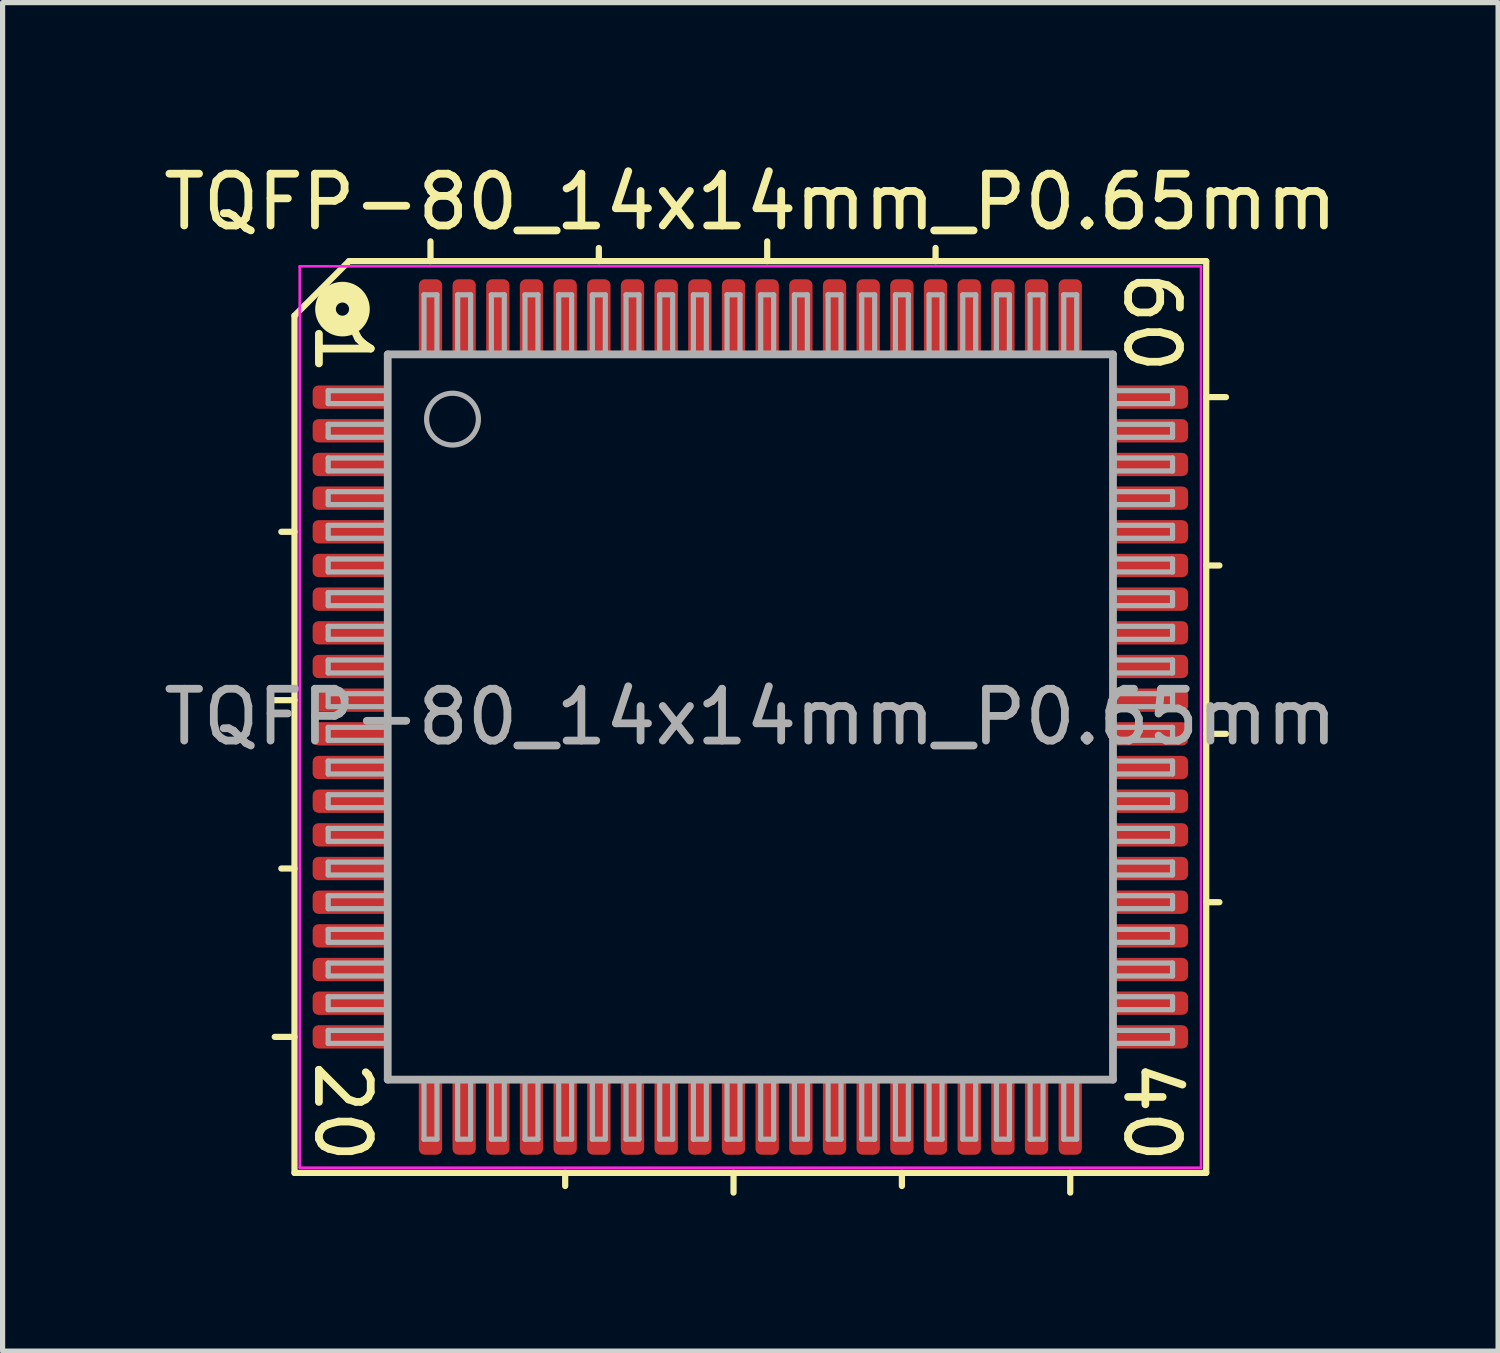
<source format=kicad_pcb>
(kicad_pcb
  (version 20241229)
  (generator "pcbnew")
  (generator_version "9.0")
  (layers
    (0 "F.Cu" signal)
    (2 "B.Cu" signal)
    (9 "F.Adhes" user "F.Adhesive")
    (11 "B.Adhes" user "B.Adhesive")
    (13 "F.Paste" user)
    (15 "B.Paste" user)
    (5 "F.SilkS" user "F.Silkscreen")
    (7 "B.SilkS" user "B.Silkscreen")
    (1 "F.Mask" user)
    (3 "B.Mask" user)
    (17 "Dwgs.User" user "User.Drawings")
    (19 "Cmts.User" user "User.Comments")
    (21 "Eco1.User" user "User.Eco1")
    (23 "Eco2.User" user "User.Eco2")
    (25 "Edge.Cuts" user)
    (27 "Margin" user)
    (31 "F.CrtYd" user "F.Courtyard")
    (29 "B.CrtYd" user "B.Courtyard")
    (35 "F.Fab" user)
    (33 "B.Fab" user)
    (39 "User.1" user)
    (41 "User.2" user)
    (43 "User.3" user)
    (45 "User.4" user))
  (footprint "TQFP-80_14x14mm_P0.65mm"
    (layer "F.Cu")
    (at 11.435 10.791)
    (property "Reference" "TQFP-80_14x14mm_P0.65mm" (at 0 -9.943 0) (layer "F.SilkS") (effects (font (size 1 1) (thickness 0.15))))
    (attr smd)
    (fp_line (start -8.8 -7.747) (end -8.8 8.8) (stroke (width 0.12) (type solid)) (layer "F.SilkS"))
    (fp_line (start -8.8 -3.575) (end -9.054 -3.575) (stroke (width 0.12) (type solid)) (layer "F.SilkS"))
    (fp_line (start -8.8 -0.325) (end -9.181 -0.325) (stroke (width 0.12) (type solid)) (layer "F.SilkS"))
    (fp_line (start -8.8 2.925) (end -9.054 2.925) (stroke (width 0.12) (type solid)) (layer "F.SilkS"))
    (fp_line (start -8.8 6.175) (end -9.181 6.175) (stroke (width 0.12) (type solid)) (layer "F.SilkS"))
    (fp_line (start -8.8 8.8) (end 8.8 8.8) (stroke (width 0.12) (type solid)) (layer "F.SilkS"))
    (fp_line (start -7.747 -8.8) (end -8.8 -7.747) (stroke (width 0.12) (type solid)) (layer "F.SilkS"))
    (fp_line (start -6.175 -8.8) (end -6.175 -9.181) (stroke (width 0.12) (type solid)) (layer "F.SilkS"))
    (fp_line (start -3.575 8.8) (end -3.575 9.054) (stroke (width 0.12) (type solid)) (layer "F.SilkS"))
    (fp_line (start -2.925 -8.8) (end -2.925 -9.054) (stroke (width 0.12) (type solid)) (layer "F.SilkS"))
    (fp_line (start -0.325 8.8) (end -0.325 9.181) (stroke (width 0.12) (type solid)) (layer "F.SilkS"))
    (fp_line (start 0.325 -8.8) (end 0.325 -9.181) (stroke (width 0.12) (type solid)) (layer "F.SilkS"))
    (fp_line (start 2.925 8.8) (end 2.925 9.054) (stroke (width 0.12) (type solid)) (layer "F.SilkS"))
    (fp_line (start 3.575 -8.8) (end 3.575 -9.054) (stroke (width 0.12) (type solid)) (layer "F.SilkS"))
    (fp_line (start 6.175 8.8) (end 6.175 9.181) (stroke (width 0.12) (type solid)) (layer "F.SilkS"))
    (fp_line (start 8.8 -8.8) (end -7.747 -8.8) (stroke (width 0.12) (type solid)) (layer "F.SilkS"))
    (fp_line (start 8.8 -6.175) (end 9.181 -6.175) (stroke (width 0.12) (type solid)) (layer "F.SilkS"))
    (fp_line (start 8.8 -2.925) (end 9.054 -2.925) (stroke (width 0.12) (type solid)) (layer "F.SilkS"))
    (fp_line (start 8.8 0.325) (end 9.181 0.325) (stroke (width 0.12) (type solid)) (layer "F.SilkS"))
    (fp_line (start 8.8 3.575) (end 9.054 3.575) (stroke (width 0.12) (type solid)) (layer "F.SilkS"))
    (fp_line (start 8.8 8.8) (end 8.8 -8.8) (stroke (width 0.12) (type solid)) (layer "F.SilkS"))
    (fp_circle (center -7.874 -7.874) (end -7.747 -7.874) (stroke (width 0.4) (type solid)) (fill no) (layer "F.SilkS"))
    (fp_line (start -8.7 -8.7) (end -8.7 8.7) (stroke (width 0.05) (type solid)) (layer "F.CrtYd"))
    (fp_line (start -8.7 -8.7) (end 8.7 -8.7) (stroke (width 0.05) (type solid)) (layer "F.CrtYd"))
    (fp_line (start -8.7 8.7) (end 8.7 8.7) (stroke (width 0.05) (type solid)) (layer "F.CrtYd"))
    (fp_line (start 8.7 -8.7) (end 8.7 8.7) (stroke (width 0.05) (type solid)) (layer "F.CrtYd"))
    (fp_line (start -8.15 -6.3) (end -8.15 -6.05) (stroke (width 0.1) (type solid)) (layer "F.Fab"))
    (fp_line (start -8.15 -6.3) (end -7 -6.3) (stroke (width 0.1) (type solid)) (layer "F.Fab"))
    (fp_line (start -8.15 -6.05) (end -7 -6.05) (stroke (width 0.1) (type solid)) (layer "F.Fab"))
    (fp_line (start -8.15 -5.65) (end -8.15 -5.4) (stroke (width 0.1) (type solid)) (layer "F.Fab"))
    (fp_line (start -8.15 -5.65) (end -7 -5.65) (stroke (width 0.1) (type solid)) (layer "F.Fab"))
    (fp_line (start -8.15 -5.4) (end -7 -5.4) (stroke (width 0.1) (type solid)) (layer "F.Fab"))
    (fp_line (start -8.15 -5) (end -8.15 -4.75) (stroke (width 0.1) (type solid)) (layer "F.Fab"))
    (fp_line (start -8.15 -5) (end -7 -5) (stroke (width 0.1) (type solid)) (layer "F.Fab"))
    (fp_line (start -8.15 -4.75) (end -7 -4.75) (stroke (width 0.1) (type solid)) (layer "F.Fab"))
    (fp_line (start -8.15 -4.35) (end -8.15 -4.1) (stroke (width 0.1) (type solid)) (layer "F.Fab"))
    (fp_line (start -8.15 -4.35) (end -7 -4.35) (stroke (width 0.1) (type solid)) (layer "F.Fab"))
    (fp_line (start -8.15 -4.1) (end -7 -4.1) (stroke (width 0.1) (type solid)) (layer "F.Fab"))
    (fp_line (start -8.15 -3.7) (end -8.15 -3.45) (stroke (width 0.1) (type solid)) (layer "F.Fab"))
    (fp_line (start -8.15 -3.7) (end -7 -3.7) (stroke (width 0.1) (type solid)) (layer "F.Fab"))
    (fp_line (start -8.15 -3.45) (end -7 -3.45) (stroke (width 0.1) (type solid)) (layer "F.Fab"))
    (fp_line (start -8.15 -3.05) (end -8.15 -2.8) (stroke (width 0.1) (type solid)) (layer "F.Fab"))
    (fp_line (start -8.15 -3.05) (end -7 -3.05) (stroke (width 0.1) (type solid)) (layer "F.Fab"))
    (fp_line (start -8.15 -2.8) (end -7 -2.8) (stroke (width 0.1) (type solid)) (layer "F.Fab"))
    (fp_line (start -8.15 -2.4) (end -8.15 -2.15) (stroke (width 0.1) (type solid)) (layer "F.Fab"))
    (fp_line (start -8.15 -2.4) (end -7 -2.4) (stroke (width 0.1) (type solid)) (layer "F.Fab"))
    (fp_line (start -8.15 -2.15) (end -7 -2.15) (stroke (width 0.1) (type solid)) (layer "F.Fab"))
    (fp_line (start -8.15 -1.75) (end -8.15 -1.5) (stroke (width 0.1) (type solid)) (layer "F.Fab"))
    (fp_line (start -8.15 -1.75) (end -7 -1.75) (stroke (width 0.1) (type solid)) (layer "F.Fab"))
    (fp_line (start -8.15 -1.5) (end -7 -1.5) (stroke (width 0.1) (type solid)) (layer "F.Fab"))
    (fp_line (start -8.15 -1.1) (end -8.15 -0.85) (stroke (width 0.1) (type solid)) (layer "F.Fab"))
    (fp_line (start -8.15 -1.1) (end -7 -1.1) (stroke (width 0.1) (type solid)) (layer "F.Fab"))
    (fp_line (start -8.15 -0.85) (end -7 -0.85) (stroke (width 0.1) (type solid)) (layer "F.Fab"))
    (fp_line (start -8.15 -0.45) (end -8.15 -0.2) (stroke (width 0.1) (type solid)) (layer "F.Fab"))
    (fp_line (start -8.15 -0.45) (end -7 -0.45) (stroke (width 0.1) (type solid)) (layer "F.Fab"))
    (fp_line (start -8.15 -0.2) (end -7 -0.2) (stroke (width 0.1) (type solid)) (layer "F.Fab"))
    (fp_line (start -8.15 0.2) (end -8.15 0.45) (stroke (width 0.1) (type solid)) (layer "F.Fab"))
    (fp_line (start -8.15 0.2) (end -7 0.2) (stroke (width 0.1) (type solid)) (layer "F.Fab"))
    (fp_line (start -8.15 0.45) (end -7 0.45) (stroke (width 0.1) (type solid)) (layer "F.Fab"))
    (fp_line (start -8.15 0.85) (end -8.15 1.1) (stroke (width 0.1) (type solid)) (layer "F.Fab"))
    (fp_line (start -8.15 0.85) (end -7 0.85) (stroke (width 0.1) (type solid)) (layer "F.Fab"))
    (fp_line (start -8.15 1.1) (end -7 1.1) (stroke (width 0.1) (type solid)) (layer "F.Fab"))
    (fp_line (start -8.15 1.5) (end -8.15 1.75) (stroke (width 0.1) (type solid)) (layer "F.Fab"))
    (fp_line (start -8.15 1.5) (end -7 1.5) (stroke (width 0.1) (type solid)) (layer "F.Fab"))
    (fp_line (start -8.15 1.75) (end -7 1.75) (stroke (width 0.1) (type solid)) (layer "F.Fab"))
    (fp_line (start -8.15 2.15) (end -8.15 2.4) (stroke (width 0.1) (type solid)) (layer "F.Fab"))
    (fp_line (start -8.15 2.15) (end -7 2.15) (stroke (width 0.1) (type solid)) (layer "F.Fab"))
    (fp_line (start -8.15 2.4) (end -7 2.4) (stroke (width 0.1) (type solid)) (layer "F.Fab"))
    (fp_line (start -8.15 2.8) (end -8.15 3.05) (stroke (width 0.1) (type solid)) (layer "F.Fab"))
    (fp_line (start -8.15 2.8) (end -7 2.8) (stroke (width 0.1) (type solid)) (layer "F.Fab"))
    (fp_line (start -8.15 3.05) (end -7 3.05) (stroke (width 0.1) (type solid)) (layer "F.Fab"))
    (fp_line (start -8.15 3.45) (end -8.15 3.7) (stroke (width 0.1) (type solid)) (layer "F.Fab"))
    (fp_line (start -8.15 3.45) (end -7 3.45) (stroke (width 0.1) (type solid)) (layer "F.Fab"))
    (fp_line (start -8.15 3.7) (end -7 3.7) (stroke (width 0.1) (type solid)) (layer "F.Fab"))
    (fp_line (start -8.15 4.1) (end -8.15 4.35) (stroke (width 0.1) (type solid)) (layer "F.Fab"))
    (fp_line (start -8.15 4.1) (end -7 4.1) (stroke (width 0.1) (type solid)) (layer "F.Fab"))
    (fp_line (start -8.15 4.35) (end -7 4.35) (stroke (width 0.1) (type solid)) (layer "F.Fab"))
    (fp_line (start -8.15 4.75) (end -8.15 5) (stroke (width 0.1) (type solid)) (layer "F.Fab"))
    (fp_line (start -8.15 4.75) (end -7 4.75) (stroke (width 0.1) (type solid)) (layer "F.Fab"))
    (fp_line (start -8.15 5) (end -7 5) (stroke (width 0.1) (type solid)) (layer "F.Fab"))
    (fp_line (start -8.15 5.4) (end -8.15 5.65) (stroke (width 0.1) (type solid)) (layer "F.Fab"))
    (fp_line (start -8.15 5.4) (end -7 5.4) (stroke (width 0.1) (type solid)) (layer "F.Fab"))
    (fp_line (start -8.15 5.65) (end -7 5.65) (stroke (width 0.1) (type solid)) (layer "F.Fab"))
    (fp_line (start -8.15 6.05) (end -8.15 6.3) (stroke (width 0.1) (type solid)) (layer "F.Fab"))
    (fp_line (start -8.15 6.05) (end -7 6.05) (stroke (width 0.1) (type solid)) (layer "F.Fab"))
    (fp_line (start -8.15 6.3) (end -7 6.3) (stroke (width 0.1) (type solid)) (layer "F.Fab"))
    (fp_line (start -7 -7) (end 7 -7) (stroke (width 0.15) (type solid)) (layer "F.Fab"))
    (fp_line (start -7 7) (end -7 -7) (stroke (width 0.15) (type solid)) (layer "F.Fab"))
    (fp_line (start -6.3 -8.15) (end -6.3 -7) (stroke (width 0.1) (type solid)) (layer "F.Fab"))
    (fp_line (start -6.3 8.15) (end -6.3 7) (stroke (width 0.1) (type solid)) (layer "F.Fab"))
    (fp_line (start -6.3 8.15) (end -6.05 8.15) (stroke (width 0.1) (type solid)) (layer "F.Fab"))
    (fp_line (start -6.05 -8.15) (end -6.3 -8.15) (stroke (width 0.1) (type solid)) (layer "F.Fab"))
    (fp_line (start -6.05 -8.15) (end -6.05 -7) (stroke (width 0.1) (type solid)) (layer "F.Fab"))
    (fp_line (start -6.05 8.15) (end -6.05 7) (stroke (width 0.1) (type solid)) (layer "F.Fab"))
    (fp_line (start -5.65 -8.15) (end -5.65 -7) (stroke (width 0.1) (type solid)) (layer "F.Fab"))
    (fp_line (start -5.65 8.15) (end -5.65 7) (stroke (width 0.1) (type solid)) (layer "F.Fab"))
    (fp_line (start -5.65 8.15) (end -5.4 8.15) (stroke (width 0.1) (type solid)) (layer "F.Fab"))
    (fp_line (start -5.4 -8.15) (end -5.65 -8.15) (stroke (width 0.1) (type solid)) (layer "F.Fab"))
    (fp_line (start -5.4 -8.15) (end -5.4 -7) (stroke (width 0.1) (type solid)) (layer "F.Fab"))
    (fp_line (start -5.4 8.15) (end -5.4 7) (stroke (width 0.1) (type solid)) (layer "F.Fab"))
    (fp_line (start -5 -8.15) (end -5 -7) (stroke (width 0.1) (type solid)) (layer "F.Fab"))
    (fp_line (start -5 8.15) (end -5 7) (stroke (width 0.1) (type solid)) (layer "F.Fab"))
    (fp_line (start -5 8.15) (end -4.75 8.15) (stroke (width 0.1) (type solid)) (layer "F.Fab"))
    (fp_line (start -4.75 -8.15) (end -5 -8.15) (stroke (width 0.1) (type solid)) (layer "F.Fab"))
    (fp_line (start -4.75 -8.15) (end -4.75 -7) (stroke (width 0.1) (type solid)) (layer "F.Fab"))
    (fp_line (start -4.75 8.15) (end -4.75 7) (stroke (width 0.1) (type solid)) (layer "F.Fab"))
    (fp_line (start -4.35 -8.15) (end -4.35 -7) (stroke (width 0.1) (type solid)) (layer "F.Fab"))
    (fp_line (start -4.35 8.15) (end -4.35 7) (stroke (width 0.1) (type solid)) (layer "F.Fab"))
    (fp_line (start -4.35 8.15) (end -4.1 8.15) (stroke (width 0.1) (type solid)) (layer "F.Fab"))
    (fp_line (start -4.1 -8.15) (end -4.35 -8.15) (stroke (width 0.1) (type solid)) (layer "F.Fab"))
    (fp_line (start -4.1 -8.15) (end -4.1 -7) (stroke (width 0.1) (type solid)) (layer "F.Fab"))
    (fp_line (start -4.1 8.15) (end -4.1 7) (stroke (width 0.1) (type solid)) (layer "F.Fab"))
    (fp_line (start -3.7 -8.15) (end -3.7 -7) (stroke (width 0.1) (type solid)) (layer "F.Fab"))
    (fp_line (start -3.7 8.15) (end -3.7 7) (stroke (width 0.1) (type solid)) (layer "F.Fab"))
    (fp_line (start -3.7 8.15) (end -3.45 8.15) (stroke (width 0.1) (type solid)) (layer "F.Fab"))
    (fp_line (start -3.45 -8.15) (end -3.7 -8.15) (stroke (width 0.1) (type solid)) (layer "F.Fab"))
    (fp_line (start -3.45 -8.15) (end -3.45 -7) (stroke (width 0.1) (type solid)) (layer "F.Fab"))
    (fp_line (start -3.45 8.15) (end -3.45 7) (stroke (width 0.1) (type solid)) (layer "F.Fab"))
    (fp_line (start -3.05 -8.15) (end -3.05 -7) (stroke (width 0.1) (type solid)) (layer "F.Fab"))
    (fp_line (start -3.05 8.15) (end -3.05 7) (stroke (width 0.1) (type solid)) (layer "F.Fab"))
    (fp_line (start -3.05 8.15) (end -2.8 8.15) (stroke (width 0.1) (type solid)) (layer "F.Fab"))
    (fp_line (start -2.8 -8.15) (end -3.05 -8.15) (stroke (width 0.1) (type solid)) (layer "F.Fab"))
    (fp_line (start -2.8 -8.15) (end -2.8 -7) (stroke (width 0.1) (type solid)) (layer "F.Fab"))
    (fp_line (start -2.8 8.15) (end -2.8 7) (stroke (width 0.1) (type solid)) (layer "F.Fab"))
    (fp_line (start -2.4 -8.15) (end -2.4 -7) (stroke (width 0.1) (type solid)) (layer "F.Fab"))
    (fp_line (start -2.4 8.15) (end -2.4 7) (stroke (width 0.1) (type solid)) (layer "F.Fab"))
    (fp_line (start -2.4 8.15) (end -2.15 8.15) (stroke (width 0.1) (type solid)) (layer "F.Fab"))
    (fp_line (start -2.15 -8.15) (end -2.4 -8.15) (stroke (width 0.1) (type solid)) (layer "F.Fab"))
    (fp_line (start -2.15 -8.15) (end -2.15 -7) (stroke (width 0.1) (type solid)) (layer "F.Fab"))
    (fp_line (start -2.15 8.15) (end -2.15 7) (stroke (width 0.1) (type solid)) (layer "F.Fab"))
    (fp_line (start -1.75 -8.15) (end -1.75 -7) (stroke (width 0.1) (type solid)) (layer "F.Fab"))
    (fp_line (start -1.75 8.15) (end -1.75 7) (stroke (width 0.1) (type solid)) (layer "F.Fab"))
    (fp_line (start -1.75 8.15) (end -1.5 8.15) (stroke (width 0.1) (type solid)) (layer "F.Fab"))
    (fp_line (start -1.5 -8.15) (end -1.75 -8.15) (stroke (width 0.1) (type solid)) (layer "F.Fab"))
    (fp_line (start -1.5 -8.15) (end -1.5 -7) (stroke (width 0.1) (type solid)) (layer "F.Fab"))
    (fp_line (start -1.5 8.15) (end -1.5 7) (stroke (width 0.1) (type solid)) (layer "F.Fab"))
    (fp_line (start -1.1 -8.15) (end -1.1 -7) (stroke (width 0.1) (type solid)) (layer "F.Fab"))
    (fp_line (start -1.1 8.15) (end -1.1 7) (stroke (width 0.1) (type solid)) (layer "F.Fab"))
    (fp_line (start -1.1 8.15) (end -0.85 8.15) (stroke (width 0.1) (type solid)) (layer "F.Fab"))
    (fp_line (start -0.85 -8.15) (end -1.1 -8.15) (stroke (width 0.1) (type solid)) (layer "F.Fab"))
    (fp_line (start -0.85 -8.15) (end -0.85 -7) (stroke (width 0.1) (type solid)) (layer "F.Fab"))
    (fp_line (start -0.85 8.15) (end -0.85 7) (stroke (width 0.1) (type solid)) (layer "F.Fab"))
    (fp_line (start -0.45 -8.15) (end -0.45 -7) (stroke (width 0.1) (type solid)) (layer "F.Fab"))
    (fp_line (start -0.45 8.15) (end -0.45 7) (stroke (width 0.1) (type solid)) (layer "F.Fab"))
    (fp_line (start -0.45 8.15) (end -0.2 8.15) (stroke (width 0.1) (type solid)) (layer "F.Fab"))
    (fp_line (start -0.2 -8.15) (end -0.45 -8.15) (stroke (width 0.1) (type solid)) (layer "F.Fab"))
    (fp_line (start -0.2 -8.15) (end -0.2 -7) (stroke (width 0.1) (type solid)) (layer "F.Fab"))
    (fp_line (start -0.2 8.15) (end -0.2 7) (stroke (width 0.1) (type solid)) (layer "F.Fab"))
    (fp_line (start 0.2 -8.15) (end 0.2 -7) (stroke (width 0.1) (type solid)) (layer "F.Fab"))
    (fp_line (start 0.2 8.15) (end 0.2 7) (stroke (width 0.1) (type solid)) (layer "F.Fab"))
    (fp_line (start 0.2 8.15) (end 0.45 8.15) (stroke (width 0.1) (type solid)) (layer "F.Fab"))
    (fp_line (start 0.45 -8.15) (end 0.2 -8.15) (stroke (width 0.1) (type solid)) (layer "F.Fab"))
    (fp_line (start 0.45 -8.15) (end 0.45 -7) (stroke (width 0.1) (type solid)) (layer "F.Fab"))
    (fp_line (start 0.45 8.15) (end 0.45 7) (stroke (width 0.1) (type solid)) (layer "F.Fab"))
    (fp_line (start 0.85 -8.15) (end 0.85 -7) (stroke (width 0.1) (type solid)) (layer "F.Fab"))
    (fp_line (start 0.85 8.15) (end 0.85 7) (stroke (width 0.1) (type solid)) (layer "F.Fab"))
    (fp_line (start 0.85 8.15) (end 1.1 8.15) (stroke (width 0.1) (type solid)) (layer "F.Fab"))
    (fp_line (start 1.1 -8.15) (end 0.85 -8.15) (stroke (width 0.1) (type solid)) (layer "F.Fab"))
    (fp_line (start 1.1 -8.15) (end 1.1 -7) (stroke (width 0.1) (type solid)) (layer "F.Fab"))
    (fp_line (start 1.1 8.15) (end 1.1 7) (stroke (width 0.1) (type solid)) (layer "F.Fab"))
    (fp_line (start 1.5 -8.15) (end 1.5 -7) (stroke (width 0.1) (type solid)) (layer "F.Fab"))
    (fp_line (start 1.5 8.15) (end 1.5 7) (stroke (width 0.1) (type solid)) (layer "F.Fab"))
    (fp_line (start 1.5 8.15) (end 1.75 8.15) (stroke (width 0.1) (type solid)) (layer "F.Fab"))
    (fp_line (start 1.75 -8.15) (end 1.5 -8.15) (stroke (width 0.1) (type solid)) (layer "F.Fab"))
    (fp_line (start 1.75 -8.15) (end 1.75 -7) (stroke (width 0.1) (type solid)) (layer "F.Fab"))
    (fp_line (start 1.75 8.15) (end 1.75 7) (stroke (width 0.1) (type solid)) (layer "F.Fab"))
    (fp_line (start 2.15 -8.15) (end 2.15 -7) (stroke (width 0.1) (type solid)) (layer "F.Fab"))
    (fp_line (start 2.15 8.15) (end 2.15 7) (stroke (width 0.1) (type solid)) (layer "F.Fab"))
    (fp_line (start 2.15 8.15) (end 2.4 8.15) (stroke (width 0.1) (type solid)) (layer "F.Fab"))
    (fp_line (start 2.4 -8.15) (end 2.15 -8.15) (stroke (width 0.1) (type solid)) (layer "F.Fab"))
    (fp_line (start 2.4 -8.15) (end 2.4 -7) (stroke (width 0.1) (type solid)) (layer "F.Fab"))
    (fp_line (start 2.4 8.15) (end 2.4 7) (stroke (width 0.1) (type solid)) (layer "F.Fab"))
    (fp_line (start 2.8 -8.15) (end 2.8 -7) (stroke (width 0.1) (type solid)) (layer "F.Fab"))
    (fp_line (start 2.8 8.15) (end 2.8 7) (stroke (width 0.1) (type solid)) (layer "F.Fab"))
    (fp_line (start 2.8 8.15) (end 3.05 8.15) (stroke (width 0.1) (type solid)) (layer "F.Fab"))
    (fp_line (start 3.05 -8.15) (end 2.8 -8.15) (stroke (width 0.1) (type solid)) (layer "F.Fab"))
    (fp_line (start 3.05 -8.15) (end 3.05 -7) (stroke (width 0.1) (type solid)) (layer "F.Fab"))
    (fp_line (start 3.05 8.15) (end 3.05 7) (stroke (width 0.1) (type solid)) (layer "F.Fab"))
    (fp_line (start 3.45 -8.15) (end 3.45 -7) (stroke (width 0.1) (type solid)) (layer "F.Fab"))
    (fp_line (start 3.45 8.15) (end 3.45 7) (stroke (width 0.1) (type solid)) (layer "F.Fab"))
    (fp_line (start 3.45 8.15) (end 3.7 8.15) (stroke (width 0.1) (type solid)) (layer "F.Fab"))
    (fp_line (start 3.7 -8.15) (end 3.45 -8.15) (stroke (width 0.1) (type solid)) (layer "F.Fab"))
    (fp_line (start 3.7 -8.15) (end 3.7 -7) (stroke (width 0.1) (type solid)) (layer "F.Fab"))
    (fp_line (start 3.7 8.15) (end 3.7 7) (stroke (width 0.1) (type solid)) (layer "F.Fab"))
    (fp_line (start 4.1 -8.15) (end 4.1 -7) (stroke (width 0.1) (type solid)) (layer "F.Fab"))
    (fp_line (start 4.1 8.15) (end 4.1 7) (stroke (width 0.1) (type solid)) (layer "F.Fab"))
    (fp_line (start 4.1 8.15) (end 4.35 8.15) (stroke (width 0.1) (type solid)) (layer "F.Fab"))
    (fp_line (start 4.35 -8.15) (end 4.1 -8.15) (stroke (width 0.1) (type solid)) (layer "F.Fab"))
    (fp_line (start 4.35 -8.15) (end 4.35 -7) (stroke (width 0.1) (type solid)) (layer "F.Fab"))
    (fp_line (start 4.35 8.15) (end 4.35 7) (stroke (width 0.1) (type solid)) (layer "F.Fab"))
    (fp_line (start 4.75 -8.15) (end 4.75 -7) (stroke (width 0.1) (type solid)) (layer "F.Fab"))
    (fp_line (start 4.75 8.15) (end 4.75 7) (stroke (width 0.1) (type solid)) (layer "F.Fab"))
    (fp_line (start 4.75 8.15) (end 5 8.15) (stroke (width 0.1) (type solid)) (layer "F.Fab"))
    (fp_line (start 5 -8.15) (end 4.75 -8.15) (stroke (width 0.1) (type solid)) (layer "F.Fab"))
    (fp_line (start 5 -8.15) (end 5 -7) (stroke (width 0.1) (type solid)) (layer "F.Fab"))
    (fp_line (start 5 8.15) (end 5 7) (stroke (width 0.1) (type solid)) (layer "F.Fab"))
    (fp_line (start 5.4 -8.15) (end 5.4 -7) (stroke (width 0.1) (type solid)) (layer "F.Fab"))
    (fp_line (start 5.4 8.15) (end 5.4 7) (stroke (width 0.1) (type solid)) (layer "F.Fab"))
    (fp_line (start 5.4 8.15) (end 5.65 8.15) (stroke (width 0.1) (type solid)) (layer "F.Fab"))
    (fp_line (start 5.65 -8.15) (end 5.4 -8.15) (stroke (width 0.1) (type solid)) (layer "F.Fab"))
    (fp_line (start 5.65 -8.15) (end 5.65 -7) (stroke (width 0.1) (type solid)) (layer "F.Fab"))
    (fp_line (start 5.65 8.15) (end 5.65 7) (stroke (width 0.1) (type solid)) (layer "F.Fab"))
    (fp_line (start 6.05 -8.15) (end 6.05 -7) (stroke (width 0.1) (type solid)) (layer "F.Fab"))
    (fp_line (start 6.05 8.15) (end 6.05 7) (stroke (width 0.1) (type solid)) (layer "F.Fab"))
    (fp_line (start 6.05 8.15) (end 6.3 8.15) (stroke (width 0.1) (type solid)) (layer "F.Fab"))
    (fp_line (start 6.3 -8.15) (end 6.05 -8.15) (stroke (width 0.1) (type solid)) (layer "F.Fab"))
    (fp_line (start 6.3 -8.15) (end 6.3 -7) (stroke (width 0.1) (type solid)) (layer "F.Fab"))
    (fp_line (start 6.3 8.15) (end 6.3 7) (stroke (width 0.1) (type solid)) (layer "F.Fab"))
    (fp_line (start 7 -7) (end 7 7) (stroke (width 0.15) (type solid)) (layer "F.Fab"))
    (fp_line (start 7 7) (end -7 7) (stroke (width 0.15) (type solid)) (layer "F.Fab"))
    (fp_line (start 8.15 -6.3) (end 7 -6.3) (stroke (width 0.1) (type solid)) (layer "F.Fab"))
    (fp_line (start 8.15 -6.05) (end 7 -6.05) (stroke (width 0.1) (type solid)) (layer "F.Fab"))
    (fp_line (start 8.15 -6.05) (end 8.15 -6.3) (stroke (width 0.1) (type solid)) (layer "F.Fab"))
    (fp_line (start 8.15 -5.65) (end 7 -5.65) (stroke (width 0.1) (type solid)) (layer "F.Fab"))
    (fp_line (start 8.15 -5.4) (end 7 -5.4) (stroke (width 0.1) (type solid)) (layer "F.Fab"))
    (fp_line (start 8.15 -5.4) (end 8.15 -5.65) (stroke (width 0.1) (type solid)) (layer "F.Fab"))
    (fp_line (start 8.15 -5) (end 7 -5) (stroke (width 0.1) (type solid)) (layer "F.Fab"))
    (fp_line (start 8.15 -4.75) (end 7 -4.75) (stroke (width 0.1) (type solid)) (layer "F.Fab"))
    (fp_line (start 8.15 -4.75) (end 8.15 -5) (stroke (width 0.1) (type solid)) (layer "F.Fab"))
    (fp_line (start 8.15 -4.35) (end 7 -4.35) (stroke (width 0.1) (type solid)) (layer "F.Fab"))
    (fp_line (start 8.15 -4.1) (end 7 -4.1) (stroke (width 0.1) (type solid)) (layer "F.Fab"))
    (fp_line (start 8.15 -4.1) (end 8.15 -4.35) (stroke (width 0.1) (type solid)) (layer "F.Fab"))
    (fp_line (start 8.15 -3.7) (end 7 -3.7) (stroke (width 0.1) (type solid)) (layer "F.Fab"))
    (fp_line (start 8.15 -3.45) (end 7 -3.45) (stroke (width 0.1) (type solid)) (layer "F.Fab"))
    (fp_line (start 8.15 -3.45) (end 8.15 -3.7) (stroke (width 0.1) (type solid)) (layer "F.Fab"))
    (fp_line (start 8.15 -3.05) (end 7 -3.05) (stroke (width 0.1) (type solid)) (layer "F.Fab"))
    (fp_line (start 8.15 -2.8) (end 7 -2.8) (stroke (width 0.1) (type solid)) (layer "F.Fab"))
    (fp_line (start 8.15 -2.8) (end 8.15 -3.05) (stroke (width 0.1) (type solid)) (layer "F.Fab"))
    (fp_line (start 8.15 -2.4) (end 7 -2.4) (stroke (width 0.1) (type solid)) (layer "F.Fab"))
    (fp_line (start 8.15 -2.15) (end 7 -2.15) (stroke (width 0.1) (type solid)) (layer "F.Fab"))
    (fp_line (start 8.15 -2.15) (end 8.15 -2.4) (stroke (width 0.1) (type solid)) (layer "F.Fab"))
    (fp_line (start 8.15 -1.75) (end 7 -1.75) (stroke (width 0.1) (type solid)) (layer "F.Fab"))
    (fp_line (start 8.15 -1.5) (end 7 -1.5) (stroke (width 0.1) (type solid)) (layer "F.Fab"))
    (fp_line (start 8.15 -1.5) (end 8.15 -1.75) (stroke (width 0.1) (type solid)) (layer "F.Fab"))
    (fp_line (start 8.15 -1.1) (end 7 -1.1) (stroke (width 0.1) (type solid)) (layer "F.Fab"))
    (fp_line (start 8.15 -0.85) (end 7 -0.85) (stroke (width 0.1) (type solid)) (layer "F.Fab"))
    (fp_line (start 8.15 -0.85) (end 8.15 -1.1) (stroke (width 0.1) (type solid)) (layer "F.Fab"))
    (fp_line (start 8.15 -0.45) (end 7 -0.45) (stroke (width 0.1) (type solid)) (layer "F.Fab"))
    (fp_line (start 8.15 -0.2) (end 7 -0.2) (stroke (width 0.1) (type solid)) (layer "F.Fab"))
    (fp_line (start 8.15 -0.2) (end 8.15 -0.45) (stroke (width 0.1) (type solid)) (layer "F.Fab"))
    (fp_line (start 8.15 0.2) (end 7 0.2) (stroke (width 0.1) (type solid)) (layer "F.Fab"))
    (fp_line (start 8.15 0.45) (end 7 0.45) (stroke (width 0.1) (type solid)) (layer "F.Fab"))
    (fp_line (start 8.15 0.45) (end 8.15 0.2) (stroke (width 0.1) (type solid)) (layer "F.Fab"))
    (fp_line (start 8.15 0.85) (end 7 0.85) (stroke (width 0.1) (type solid)) (layer "F.Fab"))
    (fp_line (start 8.15 1.1) (end 7 1.1) (stroke (width 0.1) (type solid)) (layer "F.Fab"))
    (fp_line (start 8.15 1.1) (end 8.15 0.85) (stroke (width 0.1) (type solid)) (layer "F.Fab"))
    (fp_line (start 8.15 1.5) (end 7 1.5) (stroke (width 0.1) (type solid)) (layer "F.Fab"))
    (fp_line (start 8.15 1.75) (end 7 1.75) (stroke (width 0.1) (type solid)) (layer "F.Fab"))
    (fp_line (start 8.15 1.75) (end 8.15 1.5) (stroke (width 0.1) (type solid)) (layer "F.Fab"))
    (fp_line (start 8.15 2.15) (end 7 2.15) (stroke (width 0.1) (type solid)) (layer "F.Fab"))
    (fp_line (start 8.15 2.4) (end 7 2.4) (stroke (width 0.1) (type solid)) (layer "F.Fab"))
    (fp_line (start 8.15 2.4) (end 8.15 2.15) (stroke (width 0.1) (type solid)) (layer "F.Fab"))
    (fp_line (start 8.15 2.8) (end 7 2.8) (stroke (width 0.1) (type solid)) (layer "F.Fab"))
    (fp_line (start 8.15 3.05) (end 7 3.05) (stroke (width 0.1) (type solid)) (layer "F.Fab"))
    (fp_line (start 8.15 3.05) (end 8.15 2.8) (stroke (width 0.1) (type solid)) (layer "F.Fab"))
    (fp_line (start 8.15 3.45) (end 7 3.45) (stroke (width 0.1) (type solid)) (layer "F.Fab"))
    (fp_line (start 8.15 3.7) (end 7 3.7) (stroke (width 0.1) (type solid)) (layer "F.Fab"))
    (fp_line (start 8.15 3.7) (end 8.15 3.45) (stroke (width 0.1) (type solid)) (layer "F.Fab"))
    (fp_line (start 8.15 4.1) (end 7 4.1) (stroke (width 0.1) (type solid)) (layer "F.Fab"))
    (fp_line (start 8.15 4.35) (end 7 4.35) (stroke (width 0.1) (type solid)) (layer "F.Fab"))
    (fp_line (start 8.15 4.35) (end 8.15 4.1) (stroke (width 0.1) (type solid)) (layer "F.Fab"))
    (fp_line (start 8.15 4.75) (end 7 4.75) (stroke (width 0.1) (type solid)) (layer "F.Fab"))
    (fp_line (start 8.15 5) (end 7 5) (stroke (width 0.1) (type solid)) (layer "F.Fab"))
    (fp_line (start 8.15 5) (end 8.15 4.75) (stroke (width 0.1) (type solid)) (layer "F.Fab"))
    (fp_line (start 8.15 5.4) (end 7 5.4) (stroke (width 0.1) (type solid)) (layer "F.Fab"))
    (fp_line (start 8.15 5.65) (end 7 5.65) (stroke (width 0.1) (type solid)) (layer "F.Fab"))
    (fp_line (start 8.15 5.65) (end 8.15 5.4) (stroke (width 0.1) (type solid)) (layer "F.Fab"))
    (fp_line (start 8.15 6.05) (end 7 6.05) (stroke (width 0.1) (type solid)) (layer "F.Fab"))
    (fp_line (start 8.15 6.3) (end 7 6.3) (stroke (width 0.1) (type solid)) (layer "F.Fab"))
    (fp_line (start 8.15 6.3) (end 8.15 6.05) (stroke (width 0.1) (type solid)) (layer "F.Fab"))
    (fp_circle (center -5.75 -5.75) (end -5.25 -5.75) (stroke (width 0.1) (type solid)) (fill no) (layer "F.Fab"))
    (fp_text user "40" (at 7.747 7.62 270) (unlocked yes) (layer "F.SilkS") (effects (font (size 1 1) (thickness 0.15))))
    (fp_text user "20" (at -7.874 7.62 270) (unlocked yes) (layer "F.SilkS") (effects (font (size 1 1) (thickness 0.15))))
    (fp_text user "60" (at 7.747 -7.62 270) (unlocked yes) (layer "F.SilkS") (effects (font (size 1 1) (thickness 0.15))))
    (fp_text user "1" (at -7.874 -7.112 270) (unlocked yes) (layer "F.SilkS") (effects (font (size 1 1) (thickness 0.15))))
    (fp_text user "${REFERENCE}" (at 0 0 0) (layer "F.Fab") (effects (font (size 1 1) (thickness 0.15))))
    (pad "1" smd roundrect (at -7.7 -6.175) (size 1.5 0.45) (layers "F.Cu" "F.Mask" "F.Paste") (roundrect_rratio 0.25))
    (pad "2" smd roundrect (at -7.7 -5.525) (size 1.5 0.45) (layers "F.Cu" "F.Mask" "F.Paste") (roundrect_rratio 0.25))
    (pad "3" smd roundrect (at -7.7 -4.875) (size 1.5 0.45) (layers "F.Cu" "F.Mask" "F.Paste") (roundrect_rratio 0.25))
    (pad "4" smd roundrect (at -7.7 -4.225) (size 1.5 0.45) (layers "F.Cu" "F.Mask" "F.Paste") (roundrect_rratio 0.25))
    (pad "5" smd roundrect (at -7.7 -3.575) (size 1.5 0.45) (layers "F.Cu" "F.Mask" "F.Paste") (roundrect_rratio 0.25))
    (pad "6" smd roundrect (at -7.7 -2.925) (size 1.5 0.45) (layers "F.Cu" "F.Mask" "F.Paste") (roundrect_rratio 0.25))
    (pad "7" smd roundrect (at -7.7 -2.275) (size 1.5 0.45) (layers "F.Cu" "F.Mask" "F.Paste") (roundrect_rratio 0.25))
    (pad "8" smd roundrect (at -7.7 -1.625) (size 1.5 0.45) (layers "F.Cu" "F.Mask" "F.Paste") (roundrect_rratio 0.25))
    (pad "9" smd roundrect (at -7.7 -0.975) (size 1.5 0.45) (layers "F.Cu" "F.Mask" "F.Paste") (roundrect_rratio 0.25))
    (pad "10" smd roundrect (at -7.7 -0.325) (size 1.5 0.45) (layers "F.Cu" "F.Mask" "F.Paste") (roundrect_rratio 0.25))
    (pad "11" smd roundrect (at -7.7 0.325) (size 1.5 0.45) (layers "F.Cu" "F.Mask" "F.Paste") (roundrect_rratio 0.25))
    (pad "12" smd roundrect (at -7.7 0.975) (size 1.5 0.45) (layers "F.Cu" "F.Mask" "F.Paste") (roundrect_rratio 0.25))
    (pad "13" smd roundrect (at -7.7 1.625) (size 1.5 0.45) (layers "F.Cu" "F.Mask" "F.Paste") (roundrect_rratio 0.25))
    (pad "14" smd roundrect (at -7.7 2.275) (size 1.5 0.45) (layers "F.Cu" "F.Mask" "F.Paste") (roundrect_rratio 0.25))
    (pad "15" smd roundrect (at -7.7 2.925) (size 1.5 0.45) (layers "F.Cu" "F.Mask" "F.Paste") (roundrect_rratio 0.25))
    (pad "16" smd roundrect (at -7.7 3.575) (size 1.5 0.45) (layers "F.Cu" "F.Mask" "F.Paste") (roundrect_rratio 0.25))
    (pad "17" smd roundrect (at -7.7 4.225) (size 1.5 0.45) (layers "F.Cu" "F.Mask" "F.Paste") (roundrect_rratio 0.25))
    (pad "18" smd roundrect (at -7.7 4.875) (size 1.5 0.45) (layers "F.Cu" "F.Mask" "F.Paste") (roundrect_rratio 0.25))
    (pad "19" smd roundrect (at -7.7 5.525) (size 1.5 0.45) (layers "F.Cu" "F.Mask" "F.Paste") (roundrect_rratio 0.25))
    (pad "20" smd roundrect (at -7.7 6.175) (size 1.5 0.45) (layers "F.Cu" "F.Mask" "F.Paste") (roundrect_rratio 0.25))
    (pad "21" smd roundrect (at -6.175 7.7 90) (size 1.5 0.45) (layers "F.Cu" "F.Mask" "F.Paste") (roundrect_rratio 0.25))
    (pad "22" smd roundrect (at -5.525 7.7 90) (size 1.5 0.45) (layers "F.Cu" "F.Mask" "F.Paste") (roundrect_rratio 0.25))
    (pad "23" smd roundrect (at -4.875 7.7 90) (size 1.5 0.45) (layers "F.Cu" "F.Mask" "F.Paste") (roundrect_rratio 0.25))
    (pad "24" smd roundrect (at -4.225 7.7 90) (size 1.5 0.45) (layers "F.Cu" "F.Mask" "F.Paste") (roundrect_rratio 0.25))
    (pad "25" smd roundrect (at -3.575 7.7 90) (size 1.5 0.45) (layers "F.Cu" "F.Mask" "F.Paste") (roundrect_rratio 0.25))
    (pad "26" smd roundrect (at -2.925 7.7 90) (size 1.5 0.45) (layers "F.Cu" "F.Mask" "F.Paste") (roundrect_rratio 0.25))
    (pad "27" smd roundrect (at -2.275 7.7 90) (size 1.5 0.45) (layers "F.Cu" "F.Mask" "F.Paste") (roundrect_rratio 0.25))
    (pad "28" smd roundrect (at -1.625 7.7 90) (size 1.5 0.45) (layers "F.Cu" "F.Mask" "F.Paste") (roundrect_rratio 0.25))
    (pad "29" smd roundrect (at -0.975 7.7 90) (size 1.5 0.45) (layers "F.Cu" "F.Mask" "F.Paste") (roundrect_rratio 0.25))
    (pad "30" smd roundrect (at -0.325 7.7 90) (size 1.5 0.45) (layers "F.Cu" "F.Mask" "F.Paste") (roundrect_rratio 0.25))
    (pad "31" smd roundrect (at 0.325 7.7 90) (size 1.5 0.45) (layers "F.Cu" "F.Mask" "F.Paste") (roundrect_rratio 0.25))
    (pad "32" smd roundrect (at 0.975 7.7 90) (size 1.5 0.45) (layers "F.Cu" "F.Mask" "F.Paste") (roundrect_rratio 0.25))
    (pad "33" smd roundrect (at 1.625 7.7 90) (size 1.5 0.45) (layers "F.Cu" "F.Mask" "F.Paste") (roundrect_rratio 0.25))
    (pad "34" smd roundrect (at 2.275 7.7 90) (size 1.5 0.45) (layers "F.Cu" "F.Mask" "F.Paste") (roundrect_rratio 0.25))
    (pad "35" smd roundrect (at 2.925 7.7 90) (size 1.5 0.45) (layers "F.Cu" "F.Mask" "F.Paste") (roundrect_rratio 0.25))
    (pad "36" smd roundrect (at 3.575 7.7 90) (size 1.5 0.45) (layers "F.Cu" "F.Mask" "F.Paste") (roundrect_rratio 0.25))
    (pad "37" smd roundrect (at 4.225 7.7 90) (size 1.5 0.45) (layers "F.Cu" "F.Mask" "F.Paste") (roundrect_rratio 0.25))
    (pad "38" smd roundrect (at 4.875 7.7 90) (size 1.5 0.45) (layers "F.Cu" "F.Mask" "F.Paste") (roundrect_rratio 0.25))
    (pad "39" smd roundrect (at 5.525 7.7 90) (size 1.5 0.45) (layers "F.Cu" "F.Mask" "F.Paste") (roundrect_rratio 0.25))
    (pad "40" smd roundrect (at 6.175 7.7 90) (size 1.5 0.45) (layers "F.Cu" "F.Mask" "F.Paste") (roundrect_rratio 0.25))
    (pad "41" smd roundrect (at 7.7 6.175) (size 1.5 0.45) (layers "F.Cu" "F.Mask" "F.Paste") (roundrect_rratio 0.25))
    (pad "42" smd roundrect (at 7.7 5.525) (size 1.5 0.45) (layers "F.Cu" "F.Mask" "F.Paste") (roundrect_rratio 0.25))
    (pad "43" smd roundrect (at 7.7 4.875) (size 1.5 0.45) (layers "F.Cu" "F.Mask" "F.Paste") (roundrect_rratio 0.25))
    (pad "44" smd roundrect (at 7.7 4.225) (size 1.5 0.45) (layers "F.Cu" "F.Mask" "F.Paste") (roundrect_rratio 0.25))
    (pad "45" smd roundrect (at 7.7 3.575) (size 1.5 0.45) (layers "F.Cu" "F.Mask" "F.Paste") (roundrect_rratio 0.25))
    (pad "46" smd roundrect (at 7.7 2.925) (size 1.5 0.45) (layers "F.Cu" "F.Mask" "F.Paste") (roundrect_rratio 0.25))
    (pad "47" smd roundrect (at 7.7 2.275) (size 1.5 0.45) (layers "F.Cu" "F.Mask" "F.Paste") (roundrect_rratio 0.25))
    (pad "48" smd roundrect (at 7.7 1.625) (size 1.5 0.45) (layers "F.Cu" "F.Mask" "F.Paste") (roundrect_rratio 0.25))
    (pad "49" smd roundrect (at 7.7 0.975) (size 1.5 0.45) (layers "F.Cu" "F.Mask" "F.Paste") (roundrect_rratio 0.25))
    (pad "50" smd roundrect (at 7.7 0.325) (size 1.5 0.45) (layers "F.Cu" "F.Mask" "F.Paste") (roundrect_rratio 0.25))
    (pad "51" smd roundrect (at 7.7 -0.325) (size 1.5 0.45) (layers "F.Cu" "F.Mask" "F.Paste") (roundrect_rratio 0.25))
    (pad "52" smd roundrect (at 7.7 -0.975) (size 1.5 0.45) (layers "F.Cu" "F.Mask" "F.Paste") (roundrect_rratio 0.25))
    (pad "53" smd roundrect (at 7.7 -1.625) (size 1.5 0.45) (layers "F.Cu" "F.Mask" "F.Paste") (roundrect_rratio 0.25))
    (pad "54" smd roundrect (at 7.7 -2.275) (size 1.5 0.45) (layers "F.Cu" "F.Mask" "F.Paste") (roundrect_rratio 0.25))
    (pad "55" smd roundrect (at 7.7 -2.925) (size 1.5 0.45) (layers "F.Cu" "F.Mask" "F.Paste") (roundrect_rratio 0.25))
    (pad "56" smd roundrect (at 7.7 -3.575) (size 1.5 0.45) (layers "F.Cu" "F.Mask" "F.Paste") (roundrect_rratio 0.25))
    (pad "57" smd roundrect (at 7.7 -4.225) (size 1.5 0.45) (layers "F.Cu" "F.Mask" "F.Paste") (roundrect_rratio 0.25))
    (pad "58" smd roundrect (at 7.7 -4.875) (size 1.5 0.45) (layers "F.Cu" "F.Mask" "F.Paste") (roundrect_rratio 0.25))
    (pad "59" smd roundrect (at 7.7 -5.525) (size 1.5 0.45) (layers "F.Cu" "F.Mask" "F.Paste") (roundrect_rratio 0.25))
    (pad "60" smd roundrect (at 7.7 -6.175) (size 1.5 0.45) (layers "F.Cu" "F.Mask" "F.Paste") (roundrect_rratio 0.25))
    (pad "61" smd roundrect (at 6.175 -7.7 90) (size 1.5 0.45) (layers "F.Cu" "F.Mask" "F.Paste") (roundrect_rratio 0.25))
    (pad "62" smd roundrect (at 5.525 -7.7 90) (size 1.5 0.45) (layers "F.Cu" "F.Mask" "F.Paste") (roundrect_rratio 0.25))
    (pad "63" smd roundrect (at 4.875 -7.7 90) (size 1.5 0.45) (layers "F.Cu" "F.Mask" "F.Paste") (roundrect_rratio 0.25))
    (pad "64" smd roundrect (at 4.225 -7.7 90) (size 1.5 0.45) (layers "F.Cu" "F.Mask" "F.Paste") (roundrect_rratio 0.25))
    (pad "65" smd roundrect (at 3.575 -7.7 90) (size 1.5 0.45) (layers "F.Cu" "F.Mask" "F.Paste") (roundrect_rratio 0.25))
    (pad "66" smd roundrect (at 2.925 -7.7 90) (size 1.5 0.45) (layers "F.Cu" "F.Mask" "F.Paste") (roundrect_rratio 0.25))
    (pad "67" smd roundrect (at 2.275 -7.7 90) (size 1.5 0.45) (layers "F.Cu" "F.Mask" "F.Paste") (roundrect_rratio 0.25))
    (pad "68" smd roundrect (at 1.625 -7.7 90) (size 1.5 0.45) (layers "F.Cu" "F.Mask" "F.Paste") (roundrect_rratio 0.25))
    (pad "69" smd roundrect (at 0.975 -7.7 90) (size 1.5 0.45) (layers "F.Cu" "F.Mask" "F.Paste") (roundrect_rratio 0.25))
    (pad "70" smd roundrect (at 0.325 -7.7 90) (size 1.5 0.45) (layers "F.Cu" "F.Mask" "F.Paste") (roundrect_rratio 0.25))
    (pad "71" smd roundrect (at -0.325 -7.7 90) (size 1.5 0.45) (layers "F.Cu" "F.Mask" "F.Paste") (roundrect_rratio 0.25))
    (pad "72" smd roundrect (at -0.975 -7.7 90) (size 1.5 0.45) (layers "F.Cu" "F.Mask" "F.Paste") (roundrect_rratio 0.25))
    (pad "73" smd roundrect (at -1.625 -7.7 90) (size 1.5 0.45) (layers "F.Cu" "F.Mask" "F.Paste") (roundrect_rratio 0.25))
    (pad "74" smd roundrect (at -2.275 -7.7 90) (size 1.5 0.45) (layers "F.Cu" "F.Mask" "F.Paste") (roundrect_rratio 0.25))
    (pad "75" smd roundrect (at -2.925 -7.7 90) (size 1.5 0.45) (layers "F.Cu" "F.Mask" "F.Paste") (roundrect_rratio 0.25))
    (pad "76" smd roundrect (at -3.575 -7.7 90) (size 1.5 0.45) (layers "F.Cu" "F.Mask" "F.Paste") (roundrect_rratio 0.25))
    (pad "77" smd roundrect (at -4.225 -7.7 90) (size 1.5 0.45) (layers "F.Cu" "F.Mask" "F.Paste") (roundrect_rratio 0.25))
    (pad "78" smd roundrect (at -4.875 -7.7 90) (size 1.5 0.45) (layers "F.Cu" "F.Mask" "F.Paste") (roundrect_rratio 0.25))
    (pad "79" smd roundrect (at -5.525 -7.7 90) (size 1.5 0.45) (layers "F.Cu" "F.Mask" "F.Paste") (roundrect_rratio 0.25))
    (pad "80" smd roundrect (at -6.175 -7.7 90) (size 1.5 0.45) (layers "F.Cu" "F.Mask" "F.Paste") (roundrect_rratio 0.25)))
  (gr_rect
    (start -3 -3)
    (end 25.869 23.032)
    (stroke (width 0.1) (type default))
    (fill no)
    (layer "Edge.Cuts")))
</source>
